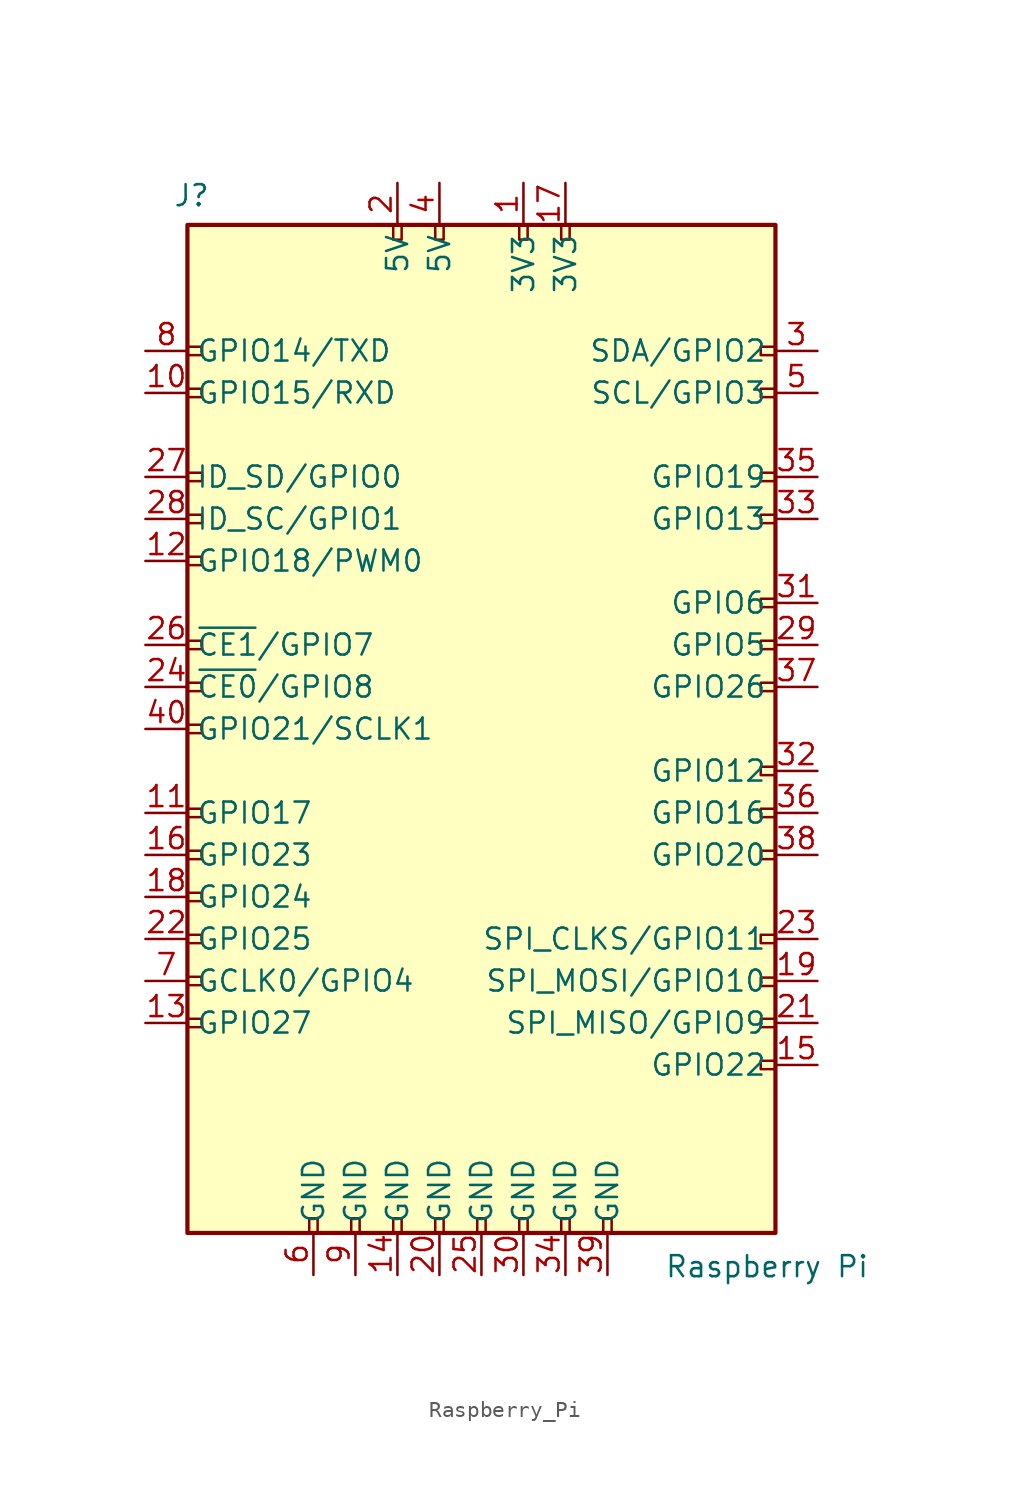
<source format=kicad_sym>
(kicad_symbol_lib
  (version 20231120)
  (generator "kicad_symbol_editor")
  (generator_version "8.0")
  (symbol "Raspberry_Pi"
    (property "Reference" "J"
      (at -17.526 32.258 0)
      (effects (font (size 1.27 1.27))))
    (property "Value" "Raspberry Pi"
      (at 17.272 -32.512 0)
      (effects (font (size 1.27 1.27))))
    (symbol "Raspberry_Pi_0_1"
      (rectangle (start -17.78 30.48) (end 17.78 -30.48) (stroke (width 0.254) (type default)) (fill (type background))))
    (symbol "Raspberry_Pi_1_1"
      (rectangle (start -16.891 -17.526) (end -17.78 -18.034) (stroke (width 0) (type default)) (fill (type none)))
      (rectangle (start -16.891 -14.986) (end -17.78 -15.494) (stroke (width 0) (type default)) (fill (type none)))
      (rectangle (start -16.891 -12.446) (end -17.78 -12.954) (stroke (width 0) (type default)) (fill (type none)))
      (rectangle (start -16.891 -9.906) (end -17.78 -10.414) (stroke (width 0) (type default)) (fill (type none)))
      (rectangle (start -16.891 -7.366) (end -17.78 -7.874) (stroke (width 0) (type default)) (fill (type none)))
      (rectangle (start -16.891 -4.826) (end -17.78 -5.334) (stroke (width 0) (type default)) (fill (type none)))
      (rectangle (start -16.891 0.254) (end -17.78 -0.254) (stroke (width 0) (type default)) (fill (type none)))
      (rectangle (start -16.891 2.794) (end -17.78 2.286) (stroke (width 0) (type default)) (fill (type none)))
      (rectangle (start -16.891 5.334) (end -17.78 4.826) (stroke (width 0) (type default)) (fill (type none)))
      (rectangle (start -16.891 10.414) (end -17.78 9.906) (stroke (width 0) (type default)) (fill (type none)))
      (rectangle (start -16.891 12.954) (end -17.78 12.446) (stroke (width 0) (type default)) (fill (type none)))
      (rectangle (start -16.891 15.494) (end -17.78 14.986) (stroke (width 0) (type default)) (fill (type none)))
      (rectangle (start -16.891 20.574) (end -17.78 20.066) (stroke (width 0) (type default)) (fill (type none)))
      (rectangle (start -16.891 23.114) (end -17.78 22.606) (stroke (width 0) (type default)) (fill (type none)))
      (rectangle (start -10.414 -29.591) (end -9.906 -30.48) (stroke (width 0) (type default)) (fill (type none)))
      (rectangle (start -7.874 -29.591) (end -7.366 -30.48) (stroke (width 0) (type default)) (fill (type none)))
      (rectangle (start -5.334 -29.591) (end -4.826 -30.48) (stroke (width 0) (type default)) (fill (type none)))
      (rectangle (start -5.334 30.48) (end -4.826 29.591) (stroke (width 0) (type default)) (fill (type none)))
      (rectangle (start -2.794 -29.591) (end -2.286 -30.48) (stroke (width 0) (type default)) (fill (type none)))
      (rectangle (start -2.794 30.48) (end -2.286 29.591) (stroke (width 0) (type default)) (fill (type none)))
      (rectangle (start -0.254 -29.591) (end 0.254 -30.48) (stroke (width 0) (type default)) (fill (type none)))
      (rectangle (start 2.286 -29.591) (end 2.794 -30.48) (stroke (width 0) (type default)) (fill (type none)))
      (rectangle (start 2.286 30.48) (end 2.794 29.591) (stroke (width 0) (type default)) (fill (type none)))
      (rectangle (start 4.826 -29.591) (end 5.334 -30.48) (stroke (width 0) (type default)) (fill (type none)))
      (rectangle (start 4.826 30.48) (end 5.334 29.591) (stroke (width 0) (type default)) (fill (type none)))
      (rectangle (start 7.366 -29.591) (end 7.874 -30.48) (stroke (width 0) (type default)) (fill (type none)))
      (rectangle (start 16.891 -15.037) (end 17.78 -15.545) (stroke (width 0) (type default)) (fill (type none)))
      (rectangle (start 16.891 -12.446) (end 17.78 -12.954) (stroke (width 0) (type default)) (fill (type none)))
      (rectangle (start 16.891 7.874) (end 17.78 7.366) (stroke (width 0) (type default)) (fill (type none)))
      (rectangle (start 17.78 -20.066) (end 16.891 -20.574) (stroke (width 0) (type default)) (fill (type none)))
      (rectangle (start 17.78 -17.526) (end 16.891 -18.034) (stroke (width 0) (type default)) (fill (type none)))
      (rectangle (start 17.78 -7.366) (end 16.891 -7.874) (stroke (width 0) (type default)) (fill (type none)))
      (rectangle (start 17.78 -4.826) (end 16.891 -5.334) (stroke (width 0) (type default)) (fill (type none)))
      (rectangle (start 17.78 -2.286) (end 16.891 -2.794) (stroke (width 0) (type default)) (fill (type none)))
      (rectangle (start 17.78 2.794) (end 16.891 2.286) (stroke (width 0) (type default)) (fill (type none)))
      (rectangle (start 17.78 5.334) (end 16.891 4.826) (stroke (width 0) (type default)) (fill (type none)))
      (rectangle (start 17.78 12.954) (end 16.891 12.446) (stroke (width 0) (type default)) (fill (type none)))
      (rectangle (start 17.78 15.494) (end 16.891 14.986) (stroke (width 0) (type default)) (fill (type none)))
      (rectangle (start 17.78 20.574) (end 16.891 20.066) (stroke (width 0) (type default)) (fill (type none)))
      (rectangle (start 17.78 23.114) (end 16.891 22.606) (stroke (width 0) (type default)) (fill (type none)))
      (pin power_in line (at 2.54 33.02 270) (length 2.54) (name "3V3" (effects (font (size 1.27 1.27)))) (number "1" (effects (font (size 1.27 1.27)))))
      (pin bidirectional line (at -20.32 20.32 0) (length 2.54) (name "GPIO15/RXD" (effects (font (size 1.27 1.27)))) (number "10" (effects (font (size 1.27 1.27)))))
      (pin bidirectional line (at -20.32 -5.08 0) (length 2.54) (name "GPIO17" (effects (font (size 1.27 1.27)))) (number "11" (effects (font (size 1.27 1.27)))))
      (pin bidirectional line (at -20.32 10.16 0) (length 2.54) (name "GPIO18/PWM0" (effects (font (size 1.27 1.27)))) (number "12" (effects (font (size 1.27 1.27)))))
      (pin bidirectional line (at -20.32 -17.78 0) (length 2.54) (name "GPIO27" (effects (font (size 1.27 1.27)))) (number "13" (effects (font (size 1.27 1.27)))))
      (pin power_in line (at -5.08 -33.02 90) (length 2.54) (name "GND" (effects (font (size 1.27 1.27)))) (number "14" (effects (font (size 1.27 1.27)))))
      (pin bidirectional line (at 20.32 -20.32 180) (length 2.54) (name "GPIO22" (effects (font (size 1.27 1.27)))) (number "15" (effects (font (size 1.27 1.27)))))
      (pin bidirectional line (at -20.32 -7.62 0) (length 2.54) (name "GPIO23" (effects (font (size 1.27 1.27)))) (number "16" (effects (font (size 1.27 1.27)))))
      (pin power_in line (at 5.08 33.02 270) (length 2.54) (name "3V3" (effects (font (size 1.27 1.27)))) (number "17" (effects (font (size 1.27 1.27)))))
      (pin bidirectional line (at -20.32 -10.16 0) (length 2.54) (name "GPIO24" (effects (font (size 1.27 1.27)))) (number "18" (effects (font (size 1.27 1.27)))))
      (pin bidirectional line (at 20.32 -15.24 180) (length 2.54) (name "SPI_MOSI/GPIO10" (effects (font (size 1.27 1.27)))) (number "19" (effects (font (size 1.27 1.27)))))
      (pin power_in line (at -5.08 33.02 270) (length 2.54) (name "5V" (effects (font (size 1.27 1.27)))) (number "2" (effects (font (size 1.27 1.27)))))
      (pin power_in line (at -2.54 -33.02 90) (length 2.54) (name "GND" (effects (font (size 1.27 1.27)))) (number "20" (effects (font (size 1.27 1.27)))))
      (pin bidirectional line (at 20.32 -17.78 180) (length 2.54) (name "SPI_MISO/GPIO9" (effects (font (size 1.27 1.27)))) (number "21" (effects (font (size 1.27 1.27)))))
      (pin bidirectional line (at -20.32 -12.7 0) (length 2.54) (name "GPIO25" (effects (font (size 1.27 1.27)))) (number "22" (effects (font (size 1.27 1.27)))))
      (pin bidirectional line (at 20.32 -12.7 180) (length 2.54) (name "SPI_CLKS/GPIO11" (effects (font (size 1.27 1.27)))) (number "23" (effects (font (size 1.27 1.27)))))
      (pin bidirectional line (at -20.32 2.54 0) (length 2.54) (name "~{CE0}/GPIO8" (effects (font (size 1.27 1.27)))) (number "24" (effects (font (size 1.27 1.27)))))
      (pin power_in line (at 0 -33.02 90) (length 2.54) (name "GND" (effects (font (size 1.27 1.27)))) (number "25" (effects (font (size 1.27 1.27)))))
      (pin bidirectional line (at -20.32 5.08 0) (length 2.54) (name "~{CE1}/GPIO7" (effects (font (size 1.27 1.27)))) (number "26" (effects (font (size 1.27 1.27)))))
      (pin bidirectional line (at -20.32 15.24 0) (length 2.54) (name "ID_SD/GPIO0" (effects (font (size 1.27 1.27)))) (number "27" (effects (font (size 1.27 1.27)))))
      (pin bidirectional line (at -20.32 12.7 0) (length 2.54) (name "ID_SC/GPIO1" (effects (font (size 1.27 1.27)))) (number "28" (effects (font (size 1.27 1.27)))))
      (pin bidirectional line (at 20.32 5.08 180) (length 2.54) (name "GPIO5" (effects (font (size 1.27 1.27)))) (number "29" (effects (font (size 1.27 1.27)))))
      (pin bidirectional line (at 20.32 22.86 180) (length 2.54) (name "SDA/GPIO2" (effects (font (size 1.27 1.27)))) (number "3" (effects (font (size 1.27 1.27)))))
      (pin power_in line (at 2.54 -33.02 90) (length 2.54) (name "GND" (effects (font (size 1.27 1.27)))) (number "30" (effects (font (size 1.27 1.27)))))
      (pin bidirectional line (at 20.32 7.62 180) (length 2.54) (name "GPIO6" (effects (font (size 1.27 1.27)))) (number "31" (effects (font (size 1.27 1.27)))))
      (pin bidirectional line (at 20.32 -2.54 180) (length 2.54) (name "GPIO12" (effects (font (size 1.27 1.27)))) (number "32" (effects (font (size 1.27 1.27)))))
      (pin bidirectional line (at 20.32 12.7 180) (length 2.54) (name "GPIO13" (effects (font (size 1.27 1.27)))) (number "33" (effects (font (size 1.27 1.27)))))
      (pin power_in line (at 5.08 -33.02 90) (length 2.54) (name "GND" (effects (font (size 1.27 1.27)))) (number "34" (effects (font (size 1.27 1.27)))))
      (pin bidirectional line (at 20.32 15.24 180) (length 2.54) (name "GPIO19" (effects (font (size 1.27 1.27)))) (number "35" (effects (font (size 1.27 1.27)))))
      (pin bidirectional line (at 20.32 -5.08 180) (length 2.54) (name "GPIO16" (effects (font (size 1.27 1.27)))) (number "36" (effects (font (size 1.27 1.27)))))
      (pin bidirectional line (at 20.32 2.54 180) (length 2.54) (name "GPIO26" (effects (font (size 1.27 1.27)))) (number "37" (effects (font (size 1.27 1.27)))))
      (pin bidirectional line (at 20.32 -7.62 180) (length 2.54) (name "GPIO20" (effects (font (size 1.27 1.27)))) (number "38" (effects (font (size 1.27 1.27)))))
      (pin power_in line (at 7.62 -33.02 90) (length 2.54) (name "GND" (effects (font (size 1.27 1.27)))) (number "39" (effects (font (size 1.27 1.27)))))
      (pin power_in line (at -2.54 33.02 270) (length 2.54) (name "5V" (effects (font (size 1.27 1.27)))) (number "4" (effects (font (size 1.27 1.27)))))
      (pin bidirectional line (at -20.32 0 0) (length 2.54) (name "GPIO21/SCLK1" (effects (font (size 1.27 1.27)))) (number "40" (effects (font (size 1.27 1.27)))))
      (pin bidirectional line (at 20.32 20.32 180) (length 2.54) (name "SCL/GPIO3" (effects (font (size 1.27 1.27)))) (number "5" (effects (font (size 1.27 1.27)))))
      (pin power_in line (at -10.16 -33.02 90) (length 2.54) (name "GND" (effects (font (size 1.27 1.27)))) (number "6" (effects (font (size 1.27 1.27)))))
      (pin bidirectional line (at -20.32 -15.24 0) (length 2.54) (name "GCLK0/GPIO4" (effects (font (size 1.27 1.27)))) (number "7" (effects (font (size 1.27 1.27)))))
      (pin bidirectional line (at -20.32 22.86 0) (length 2.54) (name "GPIO14/TXD" (effects (font (size 1.27 1.27)))) (number "8" (effects (font (size 1.27 1.27)))))
      (pin power_in line (at -7.62 -33.02 90) (length 2.54) (name "GND" (effects (font (size 1.27 1.27)))) (number "9" (effects (font (size 1.27 1.27))))))))
</source>
